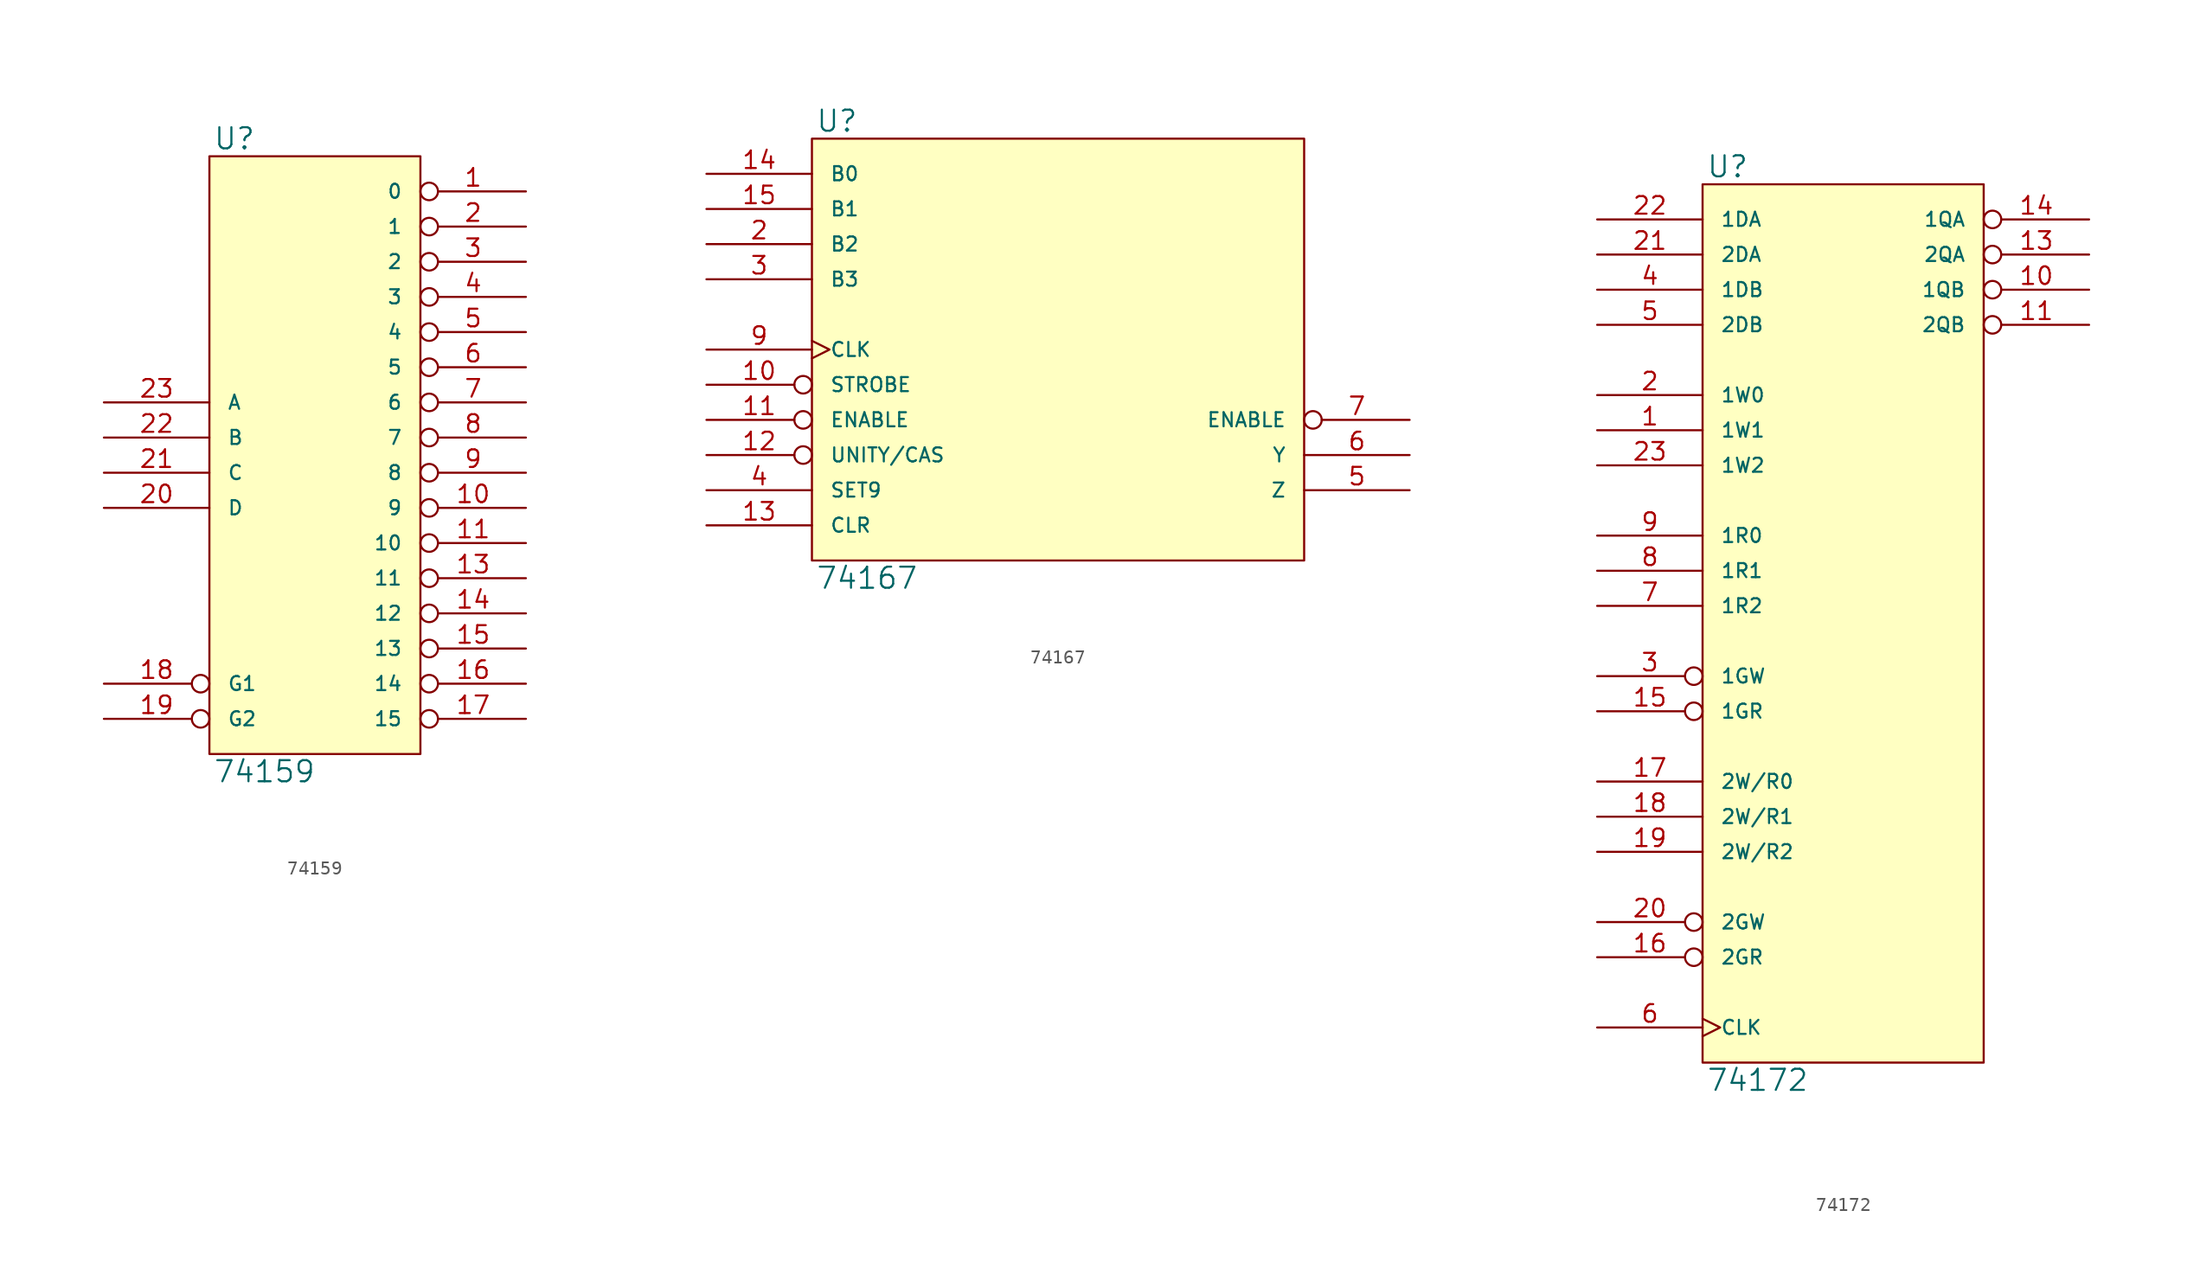
<source format=kicad_sym>
(kicad_symbol_lib
  (version 20231120)
  (generator "kicad_symbol_editor")
  (generator_version "8.0")
  (symbol "74159"
    (pin_names
      (offset 1.27))
    (property "Reference" "U"
      (at 0.254 0.381 0)
      (effects (font (size 1.524 1.524)) (justify left bottom)))
    (property "Value" "74159"
      (at 0.254 -43.561 0)
      (effects (font (size 1.524 1.524)) (justify left top)))
    (symbol "74159_0_1"
      (rectangle (start 0 0) (end 15.24 -43.18) (stroke (width 0) (type solid)) (fill (type background))))
    (symbol "74159_1_1"
      (pin open_collector inverted (at 22.86 -2.54 180) (length 7.62) (name "0" (effects (font (size 1.016 1.016)))) (number "1" (effects (font (size 1.27 1.27)))))
      (pin open_collector inverted (at 22.86 -25.4 180) (length 7.62) (name "9" (effects (font (size 1.016 1.016)))) (number "10" (effects (font (size 1.27 1.27)))))
      (pin open_collector inverted (at 22.86 -27.94 180) (length 7.62) (name "10" (effects (font (size 1.016 1.016)))) (number "11" (effects (font (size 1.27 1.27)))))
      (pin power_in line (at 0 -43.18 90) (length 0) hide (name "GND" (effects (font (size 1.016 1.016)))) (number "12" (effects (font (size 1.27 1.27)))))
      (pin open_collector inverted (at 22.86 -30.48 180) (length 7.62) (name "11" (effects (font (size 1.016 1.016)))) (number "13" (effects (font (size 1.27 1.27)))))
      (pin open_collector inverted (at 22.86 -33.02 180) (length 7.62) (name "12" (effects (font (size 1.016 1.016)))) (number "14" (effects (font (size 1.27 1.27)))))
      (pin open_collector inverted (at 22.86 -35.56 180) (length 7.62) (name "13" (effects (font (size 1.016 1.016)))) (number "15" (effects (font (size 1.27 1.27)))))
      (pin open_collector inverted (at 22.86 -38.1 180) (length 7.62) (name "14" (effects (font (size 1.016 1.016)))) (number "16" (effects (font (size 1.27 1.27)))))
      (pin open_collector inverted (at 22.86 -40.64 180) (length 7.62) (name "15" (effects (font (size 1.016 1.016)))) (number "17" (effects (font (size 1.27 1.27)))))
      (pin input inverted (at -7.62 -38.1 0) (length 7.62) (name "G1" (effects (font (size 1.016 1.016)))) (number "18" (effects (font (size 1.27 1.27)))))
      (pin input inverted (at -7.62 -40.64 0) (length 7.62) (name "G2" (effects (font (size 1.016 1.016)))) (number "19" (effects (font (size 1.27 1.27)))))
      (pin open_collector inverted (at 22.86 -5.08 180) (length 7.62) (name "1" (effects (font (size 1.016 1.016)))) (number "2" (effects (font (size 1.27 1.27)))))
      (pin input line (at -7.62 -25.4 0) (length 7.62) (name "D" (effects (font (size 1.016 1.016)))) (number "20" (effects (font (size 1.27 1.27)))))
      (pin input line (at -7.62 -22.86 0) (length 7.62) (name "C" (effects (font (size 1.016 1.016)))) (number "21" (effects (font (size 1.27 1.27)))))
      (pin input line (at -7.62 -20.32 0) (length 7.62) (name "B" (effects (font (size 1.016 1.016)))) (number "22" (effects (font (size 1.27 1.27)))))
      (pin input line (at -7.62 -17.78 0) (length 7.62) (name "A" (effects (font (size 1.016 1.016)))) (number "23" (effects (font (size 1.27 1.27)))))
      (pin power_in line (at 0 0 270) (length 0) hide (name "VCC" (effects (font (size 1.016 1.016)))) (number "24" (effects (font (size 1.27 1.27)))))
      (pin open_collector inverted (at 22.86 -7.62 180) (length 7.62) (name "2" (effects (font (size 1.016 1.016)))) (number "3" (effects (font (size 1.27 1.27)))))
      (pin open_collector inverted (at 22.86 -10.16 180) (length 7.62) (name "3" (effects (font (size 1.016 1.016)))) (number "4" (effects (font (size 1.27 1.27)))))
      (pin open_collector inverted (at 22.86 -12.7 180) (length 7.62) (name "4" (effects (font (size 1.016 1.016)))) (number "5" (effects (font (size 1.27 1.27)))))
      (pin open_collector inverted (at 22.86 -15.24 180) (length 7.62) (name "5" (effects (font (size 1.016 1.016)))) (number "6" (effects (font (size 1.27 1.27)))))
      (pin open_collector inverted (at 22.86 -17.78 180) (length 7.62) (name "6" (effects (font (size 1.016 1.016)))) (number "7" (effects (font (size 1.27 1.27)))))
      (pin open_collector inverted (at 22.86 -20.32 180) (length 7.62) (name "7" (effects (font (size 1.016 1.016)))) (number "8" (effects (font (size 1.27 1.27)))))
      (pin open_collector inverted (at 22.86 -22.86 180) (length 7.62) (name "8" (effects (font (size 1.016 1.016)))) (number "9" (effects (font (size 1.27 1.27)))))))
  (symbol "74167"
    (pin_names
      (offset 1.27))
    (property "Reference" "U"
      (at 0.254 0.381 0)
      (effects (font (size 1.524 1.524)) (justify left bottom)))
    (property "Value" "74167"
      (at 0.254 -30.861 0)
      (effects (font (size 1.524 1.524)) (justify left top)))
    (symbol "74167_0_1"
      (rectangle (start 0 0) (end 35.56 -30.48) (stroke (width 0) (type solid)) (fill (type background))))
    (symbol "74167_1_1"
      (pin input inverted (at -7.62 -17.78 0) (length 7.62) (name "STROBE" (effects (font (size 1.016 1.016)))) (number "10" (effects (font (size 1.27 1.27)))))
      (pin input inverted (at -7.62 -20.32 0) (length 7.62) (name "ENABLE" (effects (font (size 1.016 1.016)))) (number "11" (effects (font (size 1.27 1.27)))))
      (pin input inverted (at -7.62 -22.86 0) (length 7.62) (name "UNITY/CAS" (effects (font (size 1.016 1.016)))) (number "12" (effects (font (size 1.27 1.27)))))
      (pin input line (at -7.62 -27.94 0) (length 7.62) (name "CLR" (effects (font (size 1.016 1.016)))) (number "13" (effects (font (size 1.27 1.27)))))
      (pin input line (at -7.62 -2.54 0) (length 7.62) (name "B0" (effects (font (size 1.016 1.016)))) (number "14" (effects (font (size 1.27 1.27)))))
      (pin input line (at -7.62 -5.08 0) (length 7.62) (name "B1" (effects (font (size 1.016 1.016)))) (number "15" (effects (font (size 1.27 1.27)))))
      (pin power_in line (at 0 0 270) (length 0) hide (name "VCC" (effects (font (size 1.016 1.016)))) (number "16" (effects (font (size 1.27 1.27)))))
      (pin input line (at -7.62 -7.62 0) (length 7.62) (name "B2" (effects (font (size 1.016 1.016)))) (number "2" (effects (font (size 1.27 1.27)))))
      (pin input line (at -7.62 -10.16 0) (length 7.62) (name "B3" (effects (font (size 1.016 1.016)))) (number "3" (effects (font (size 1.27 1.27)))))
      (pin input line (at -7.62 -25.4 0) (length 7.62) (name "SET9" (effects (font (size 1.016 1.016)))) (number "4" (effects (font (size 1.27 1.27)))))
      (pin output line (at 43.18 -25.4 180) (length 7.62) (name "Z" (effects (font (size 1.016 1.016)))) (number "5" (effects (font (size 1.27 1.27)))))
      (pin output line (at 43.18 -22.86 180) (length 7.62) (name "Y" (effects (font (size 1.016 1.016)))) (number "6" (effects (font (size 1.27 1.27)))))
      (pin output inverted (at 43.18 -20.32 180) (length 7.62) (name "ENABLE" (effects (font (size 1.016 1.016)))) (number "7" (effects (font (size 1.27 1.27)))))
      (pin power_in line (at 0 -30.48 90) (length 0) hide (name "GND" (effects (font (size 1.016 1.016)))) (number "8" (effects (font (size 1.27 1.27)))))
      (pin input clock (at -7.62 -15.24 0) (length 7.62) (name "CLK" (effects (font (size 1.016 1.016)))) (number "9" (effects (font (size 1.27 1.27)))))))
  (symbol "74172"
    (pin_names
      (offset 1.27))
    (property "Reference" "U"
      (at 0.254 0.381 0)
      (effects (font (size 1.524 1.524)) (justify left bottom)))
    (property "Value" "74172"
      (at 0.254 -63.881 0)
      (effects (font (size 1.524 1.524)) (justify left top)))
    (symbol "74172_0_1"
      (rectangle (start 0 0) (end 20.32 -63.5) (stroke (width 0) (type solid)) (fill (type background))))
    (symbol "74172_1_1"
      (pin input line (at -7.62 -17.78 0) (length 7.62) (name "1W1" (effects (font (size 1.016 1.016)))) (number "1" (effects (font (size 1.27 1.27)))))
      (pin tri_state inverted (at 27.94 -7.62 180) (length 7.62) (name "1QB" (effects (font (size 1.016 1.016)))) (number "10" (effects (font (size 1.27 1.27)))))
      (pin tri_state inverted (at 27.94 -10.16 180) (length 7.62) (name "2QB" (effects (font (size 1.016 1.016)))) (number "11" (effects (font (size 1.27 1.27)))))
      (pin power_in line (at 0 -63.5 90) (length 0) hide (name "GND" (effects (font (size 1.016 1.016)))) (number "12" (effects (font (size 1.27 1.27)))))
      (pin tri_state inverted (at 27.94 -5.08 180) (length 7.62) (name "2QA" (effects (font (size 1.016 1.016)))) (number "13" (effects (font (size 1.27 1.27)))))
      (pin tri_state inverted (at 27.94 -2.54 180) (length 7.62) (name "1QA" (effects (font (size 1.016 1.016)))) (number "14" (effects (font (size 1.27 1.27)))))
      (pin input inverted (at -7.62 -38.1 0) (length 7.62) (name "1GR" (effects (font (size 1.016 1.016)))) (number "15" (effects (font (size 1.27 1.27)))))
      (pin input inverted (at -7.62 -55.88 0) (length 7.62) (name "2GR" (effects (font (size 1.016 1.016)))) (number "16" (effects (font (size 1.27 1.27)))))
      (pin input line (at -7.62 -43.18 0) (length 7.62) (name "2W/R0" (effects (font (size 1.016 1.016)))) (number "17" (effects (font (size 1.27 1.27)))))
      (pin input line (at -7.62 -45.72 0) (length 7.62) (name "2W/R1" (effects (font (size 1.016 1.016)))) (number "18" (effects (font (size 1.27 1.27)))))
      (pin input line (at -7.62 -48.26 0) (length 7.62) (name "2W/R2" (effects (font (size 1.016 1.016)))) (number "19" (effects (font (size 1.27 1.27)))))
      (pin input line (at -7.62 -15.24 0) (length 7.62) (name "1W0" (effects (font (size 1.016 1.016)))) (number "2" (effects (font (size 1.27 1.27)))))
      (pin input inverted (at -7.62 -53.34 0) (length 7.62) (name "2GW" (effects (font (size 1.016 1.016)))) (number "20" (effects (font (size 1.27 1.27)))))
      (pin input line (at -7.62 -5.08 0) (length 7.62) (name "2DA" (effects (font (size 1.016 1.016)))) (number "21" (effects (font (size 1.27 1.27)))))
      (pin input line (at -7.62 -2.54 0) (length 7.62) (name "1DA" (effects (font (size 1.016 1.016)))) (number "22" (effects (font (size 1.27 1.27)))))
      (pin input line (at -7.62 -20.32 0) (length 7.62) (name "1W2" (effects (font (size 1.016 1.016)))) (number "23" (effects (font (size 1.27 1.27)))))
      (pin power_in line (at 0 0 270) (length 0) hide (name "VCC" (effects (font (size 1.016 1.016)))) (number "24" (effects (font (size 1.27 1.27)))))
      (pin input inverted (at -7.62 -35.56 0) (length 7.62) (name "1GW" (effects (font (size 1.016 1.016)))) (number "3" (effects (font (size 1.27 1.27)))))
      (pin input line (at -7.62 -7.62 0) (length 7.62) (name "1DB" (effects (font (size 1.016 1.016)))) (number "4" (effects (font (size 1.27 1.27)))))
      (pin input line (at -7.62 -10.16 0) (length 7.62) (name "2DB" (effects (font (size 1.016 1.016)))) (number "5" (effects (font (size 1.27 1.27)))))
      (pin input clock (at -7.62 -60.96 0) (length 7.62) (name "CLK" (effects (font (size 1.016 1.016)))) (number "6" (effects (font (size 1.27 1.27)))))
      (pin input line (at -7.62 -30.48 0) (length 7.62) (name "1R2" (effects (font (size 1.016 1.016)))) (number "7" (effects (font (size 1.27 1.27)))))
      (pin input line (at -7.62 -27.94 0) (length 7.62) (name "1R1" (effects (font (size 1.016 1.016)))) (number "8" (effects (font (size 1.27 1.27)))))
      (pin input line (at -7.62 -25.4 0) (length 7.62) (name "1R0" (effects (font (size 1.016 1.016)))) (number "9" (effects (font (size 1.27 1.27))))))))
</source>
